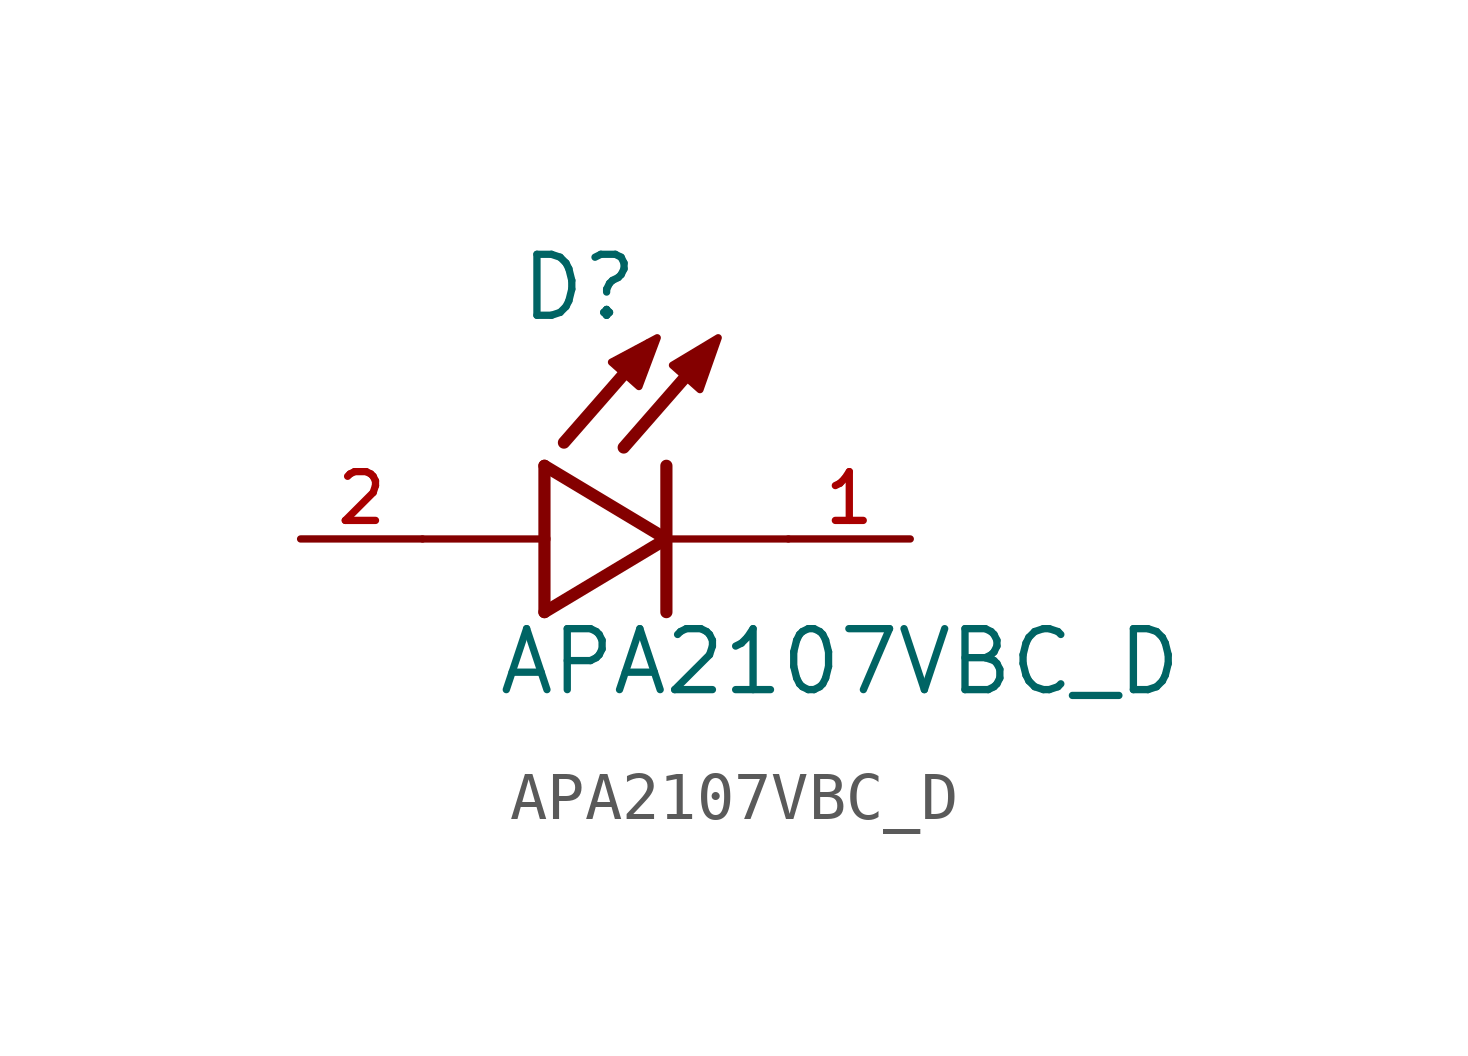
<source format=kicad_sym>
(kicad_symbol_lib
  (version 20211014)
  (generator kicad_symbol_editor)
  (symbol "APA2107VBC_D"
    (pin_names
      (offset 1.016))
    (property "Reference" "D"
      (at -3.099 4.496 0)
      (effects (font (size 1.27 1.27)) (justify bottom left)))
    (property "Value" "APA2107VBC_D"
      (at -3.556 -3.302 0)
      (effects (font (size 1.27 1.27)) (justify bottom left)))
    (symbol "APA2107VBC_D_0_0"
      (polyline (pts (xy -2.54 1.524) (xy -2.54 0.0)) (stroke (width 0.254)))
      (polyline (pts (xy -2.54 0.0) (xy -2.54 -1.524)) (stroke (width 0.254)))
      (polyline (pts (xy -2.54 -1.524) (xy 0.0 0.0)) (stroke (width 0.254)))
      (polyline (pts (xy 0.0 0.0) (xy -2.54 1.524)) (stroke (width 0.254)))
      (polyline (pts (xy 0.0 1.524) (xy 0.0 0.0)) (stroke (width 0.254)))
      (polyline (pts (xy 0.0 0.0) (xy 0.0 -1.524)) (stroke (width 0.254)))
      (polyline (pts (xy -2.54 0.0) (xy -5.08 0.0)) (stroke (width 0.152)))
      (polyline (pts (xy 0.889 3.937) (xy -0.889 1.905)) (stroke (width 0.254)))
      (polyline (pts (xy -0.356 4.039) (xy -2.134 2.007)) (stroke (width 0.254)))
      (polyline (pts (xy 2.54 0.0) (xy 0.0 0.0)) (stroke (width 0.152)))
      (polyline (pts (xy -1.143 3.683) (xy -0.572 3.175) (xy -0.191 4.191) (xy -1.143 3.683)) (stroke (width 0.152)) (fill (type outline)))
      (polyline (pts (xy 0.127 3.619) (xy 0.699 3.111) (xy 1.079 4.191) (xy 0.127 3.619)) (stroke (width 0.152)) (fill (type outline)))
      (pin passive line (at 5.08 0.0 180.0) (length 2.54) (name "~" (effects (font (size 1.016 1.016)))) (number "1" (effects (font (size 1.016 1.016)))))
      (pin passive line (at -7.62 0.0 0) (length 2.54) (name "~" (effects (font (size 1.016 1.016)))) (number "2" (effects (font (size 1.016 1.016))))))))
</source>
